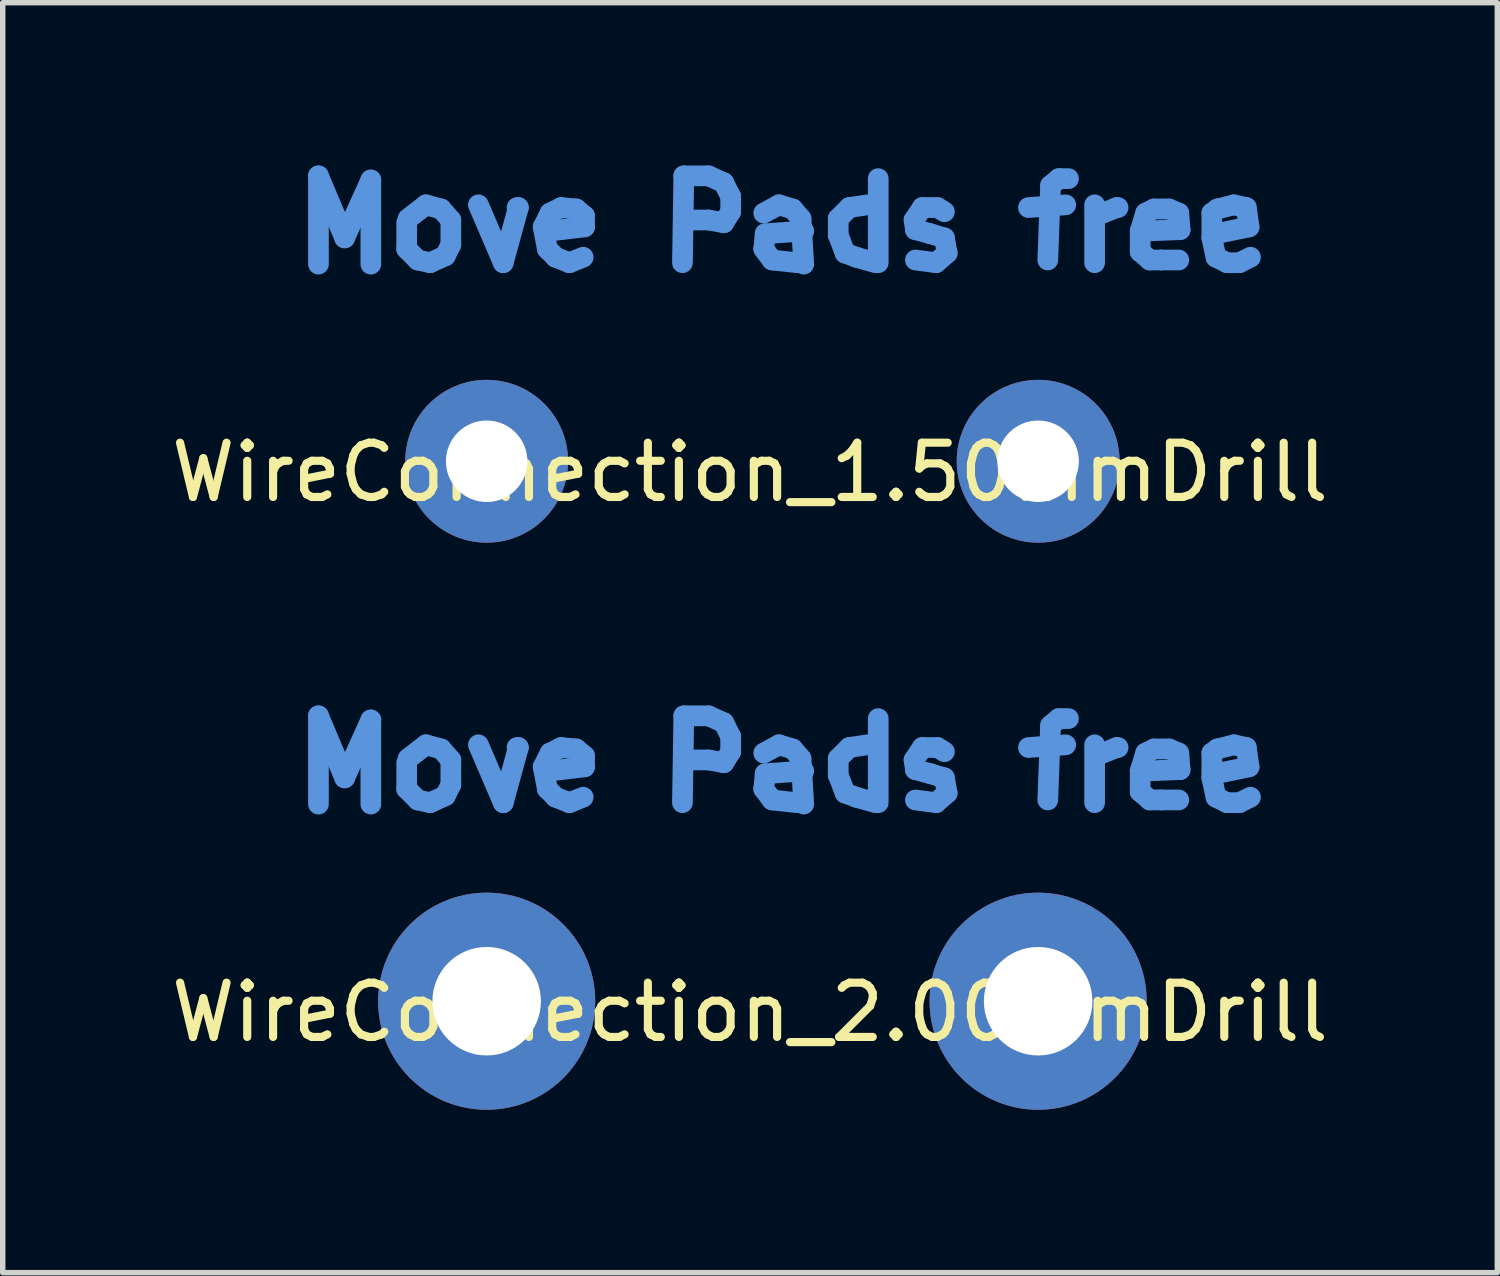
<source format=kicad_pcb>
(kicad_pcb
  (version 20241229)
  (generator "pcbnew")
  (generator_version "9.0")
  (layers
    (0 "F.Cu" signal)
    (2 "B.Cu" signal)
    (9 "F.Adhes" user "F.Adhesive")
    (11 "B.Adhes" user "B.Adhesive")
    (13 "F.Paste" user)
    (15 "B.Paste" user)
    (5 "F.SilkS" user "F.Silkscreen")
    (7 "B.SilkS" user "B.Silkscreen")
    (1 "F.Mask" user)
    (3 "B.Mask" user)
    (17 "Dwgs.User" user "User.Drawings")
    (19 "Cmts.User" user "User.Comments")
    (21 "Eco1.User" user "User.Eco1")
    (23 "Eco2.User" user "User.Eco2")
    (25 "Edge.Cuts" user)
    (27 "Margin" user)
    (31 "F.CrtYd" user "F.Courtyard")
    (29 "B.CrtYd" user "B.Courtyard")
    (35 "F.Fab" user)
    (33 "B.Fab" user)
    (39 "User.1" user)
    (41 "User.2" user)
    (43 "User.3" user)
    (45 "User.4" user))
  (footprint "WireConnection_2.00mmDrill"
    (layer "F.Cu")
    (at 5.916 15.396)
    (property "Reference" "WireConnection_2.00mmDrill" (at 4.851 0.203 0) (layer "F.SilkS") (effects (font (size 1 1) (thickness 0.15))))
    (attr through_hole)
    (fp_line (start -3.099 -5.258) (end -2.616 -4.115) (stroke (width 0.381) (type solid)) (layer "Cmts.User"))
    (fp_line (start -3.099 -3.632) (end -3.099 -5.258) (stroke (width 0.381) (type solid)) (layer "Cmts.User"))
    (fp_line (start -2.616 -4.115) (end -2.134 -5.182) (stroke (width 0.381) (type solid)) (layer "Cmts.User"))
    (fp_line (start -2.134 -5.182) (end -2.134 -3.632) (stroke (width 0.381) (type solid)) (layer "Cmts.User"))
    (fp_line (start -1.473 -4.394) (end -1.473 -3.912) (stroke (width 0.381) (type solid)) (layer "Cmts.User"))
    (fp_line (start -1.473 -3.912) (end -1.27 -3.708) (stroke (width 0.381) (type solid)) (layer "Cmts.User"))
    (fp_line (start -1.27 -3.708) (end -1.041 -3.658) (stroke (width 0.381) (type solid)) (layer "Cmts.User"))
    (fp_line (start -1.118 -4.724) (end -1.448 -4.47) (stroke (width 0.381) (type solid)) (layer "Cmts.User"))
    (fp_line (start -1.041 -3.658) (end -0.762 -3.785) (stroke (width 0.381) (type solid)) (layer "Cmts.User"))
    (fp_line (start -0.838 -4.648) (end -1.118 -4.724) (stroke (width 0.381) (type solid)) (layer "Cmts.User"))
    (fp_line (start -0.762 -3.785) (end -0.66 -3.988) (stroke (width 0.381) (type solid)) (layer "Cmts.User"))
    (fp_line (start -0.66 -4.445) (end -0.838 -4.648) (stroke (width 0.381) (type solid)) (layer "Cmts.User"))
    (fp_line (start -0.66 -3.988) (end -0.66 -4.445) (stroke (width 0.381) (type solid)) (layer "Cmts.User"))
    (fp_line (start -0.152 -4.724) (end 0.305 -3.658) (stroke (width 0.381) (type solid)) (layer "Cmts.User"))
    (fp_line (start 0.305 -3.658) (end 0.584 -4.674) (stroke (width 0.381) (type solid)) (layer "Cmts.User"))
    (fp_line (start 0.584 -4.674) (end 0.559 -4.674) (stroke (width 0.381) (type solid)) (layer "Cmts.User"))
    (fp_line (start 1.041 -4.318) (end 1.168 -4.572) (stroke (width 0.381) (type solid)) (layer "Cmts.User"))
    (fp_line (start 1.118 -3.912) (end 1.041 -4.318) (stroke (width 0.381) (type solid)) (layer "Cmts.User"))
    (fp_line (start 1.168 -4.572) (end 1.372 -4.674) (stroke (width 0.381) (type solid)) (layer "Cmts.User"))
    (fp_line (start 1.27 -3.759) (end 1.118 -3.912) (stroke (width 0.381) (type solid)) (layer "Cmts.User"))
    (fp_line (start 1.372 -4.674) (end 1.651 -4.648) (stroke (width 0.381) (type solid)) (layer "Cmts.User"))
    (fp_line (start 1.524 -3.658) (end 1.27 -3.759) (stroke (width 0.381) (type solid)) (layer "Cmts.User"))
    (fp_line (start 1.651 -4.648) (end 1.803 -4.521) (stroke (width 0.381) (type solid)) (layer "Cmts.User"))
    (fp_line (start 1.778 -3.759) (end 1.524 -3.658) (stroke (width 0.381) (type solid)) (layer "Cmts.User"))
    (fp_line (start 1.803 -4.521) (end 1.803 -4.318) (stroke (width 0.381) (type solid)) (layer "Cmts.User"))
    (fp_line (start 1.803 -4.318) (end 1.168 -4.242) (stroke (width 0.381) (type solid)) (layer "Cmts.User"))
    (fp_line (start 3.607 -3.658) (end 3.632 -5.258) (stroke (width 0.381) (type solid)) (layer "Cmts.User"))
    (fp_line (start 3.632 -5.258) (end 4.089 -5.258) (stroke (width 0.381) (type solid)) (layer "Cmts.User"))
    (fp_line (start 4.089 -5.258) (end 4.369 -5.131) (stroke (width 0.381) (type solid)) (layer "Cmts.User"))
    (fp_line (start 4.089 -4.445) (end 3.632 -4.445) (stroke (width 0.381) (type solid)) (layer "Cmts.User"))
    (fp_line (start 4.369 -5.131) (end 4.496 -4.877) (stroke (width 0.381) (type solid)) (layer "Cmts.User"))
    (fp_line (start 4.369 -4.394) (end 4.089 -4.445) (stroke (width 0.381) (type solid)) (layer "Cmts.User"))
    (fp_line (start 4.496 -4.877) (end 4.496 -4.597) (stroke (width 0.381) (type solid)) (layer "Cmts.User"))
    (fp_line (start 4.496 -4.597) (end 4.369 -4.394) (stroke (width 0.381) (type solid)) (layer "Cmts.User"))
    (fp_line (start 5.105 -4.572) (end 5.385 -4.724) (stroke (width 0.381) (type solid)) (layer "Cmts.User"))
    (fp_line (start 5.105 -3.912) (end 5.131 -4.191) (stroke (width 0.381) (type solid)) (layer "Cmts.User"))
    (fp_line (start 5.131 -4.191) (end 5.842 -4.242) (stroke (width 0.381) (type solid)) (layer "Cmts.User"))
    (fp_line (start 5.258 -3.708) (end 5.105 -3.912) (stroke (width 0.381) (type solid)) (layer "Cmts.User"))
    (fp_line (start 5.385 -4.724) (end 5.639 -4.648) (stroke (width 0.381) (type solid)) (layer "Cmts.User"))
    (fp_line (start 5.639 -4.648) (end 5.791 -4.47) (stroke (width 0.381) (type solid)) (layer "Cmts.User"))
    (fp_line (start 5.715 -3.658) (end 5.258 -3.708) (stroke (width 0.381) (type solid)) (layer "Cmts.User"))
    (fp_line (start 5.791 -4.47) (end 5.842 -3.632) (stroke (width 0.381) (type solid)) (layer "Cmts.User"))
    (fp_line (start 6.477 -4.47) (end 6.68 -4.674) (stroke (width 0.381) (type solid)) (layer "Cmts.User"))
    (fp_line (start 6.477 -4.166) (end 6.477 -4.47) (stroke (width 0.381) (type solid)) (layer "Cmts.User"))
    (fp_line (start 6.604 -3.835) (end 6.477 -4.166) (stroke (width 0.381) (type solid)) (layer "Cmts.User"))
    (fp_line (start 6.68 -4.674) (end 7.01 -4.724) (stroke (width 0.381) (type solid)) (layer "Cmts.User"))
    (fp_line (start 6.807 -3.759) (end 6.604 -3.835) (stroke (width 0.381) (type solid)) (layer "Cmts.User"))
    (fp_line (start 7.163 -3.658) (end 6.807 -3.759) (stroke (width 0.381) (type solid)) (layer "Cmts.User"))
    (fp_line (start 7.214 -5.207) (end 7.214 -3.658) (stroke (width 0.381) (type solid)) (layer "Cmts.User"))
    (fp_line (start 7.874 -4.445) (end 7.899 -4.267) (stroke (width 0.381) (type solid)) (layer "Cmts.User"))
    (fp_line (start 7.899 -4.267) (end 8.179 -4.191) (stroke (width 0.381) (type solid)) (layer "Cmts.User"))
    (fp_line (start 8.026 -4.674) (end 7.874 -4.445) (stroke (width 0.381) (type solid)) (layer "Cmts.User"))
    (fp_line (start 8.179 -4.191) (end 8.433 -4.115) (stroke (width 0.381) (type solid)) (layer "Cmts.User"))
    (fp_line (start 8.28 -3.658) (end 7.899 -3.708) (stroke (width 0.381) (type solid)) (layer "Cmts.User"))
    (fp_line (start 8.306 -4.674) (end 8.026 -4.674) (stroke (width 0.381) (type solid)) (layer "Cmts.User"))
    (fp_line (start 8.433 -4.597) (end 8.306 -4.674) (stroke (width 0.381) (type solid)) (layer "Cmts.User"))
    (fp_line (start 8.433 -4.115) (end 8.484 -3.835) (stroke (width 0.381) (type solid)) (layer "Cmts.User"))
    (fp_line (start 8.484 -3.835) (end 8.28 -3.658) (stroke (width 0.381) (type solid)) (layer "Cmts.User"))
    (fp_line (start 9.982 -4.674) (end 10.668 -4.724) (stroke (width 0.381) (type solid)) (layer "Cmts.User"))
    (fp_line (start 10.389 -5.08) (end 10.338 -3.708) (stroke (width 0.381) (type solid)) (layer "Cmts.User"))
    (fp_line (start 10.541 -5.207) (end 10.389 -5.08) (stroke (width 0.381) (type solid)) (layer "Cmts.User"))
    (fp_line (start 10.719 -5.207) (end 10.541 -5.207) (stroke (width 0.381) (type solid)) (layer "Cmts.User"))
    (fp_line (start 11.201 -4.724) (end 11.201 -3.658) (stroke (width 0.381) (type solid)) (layer "Cmts.User"))
    (fp_line (start 11.227 -4.521) (end 11.608 -4.674) (stroke (width 0.381) (type solid)) (layer "Cmts.User"))
    (fp_line (start 11.608 -4.674) (end 11.633 -4.674) (stroke (width 0.381) (type solid)) (layer "Cmts.User"))
    (fp_line (start 12.04 -4.242) (end 12.141 -4.572) (stroke (width 0.381) (type solid)) (layer "Cmts.User"))
    (fp_line (start 12.04 -3.861) (end 12.04 -4.242) (stroke (width 0.381) (type solid)) (layer "Cmts.User"))
    (fp_line (start 12.141 -4.572) (end 12.294 -4.648) (stroke (width 0.381) (type solid)) (layer "Cmts.User"))
    (fp_line (start 12.217 -3.708) (end 12.04 -3.861) (stroke (width 0.381) (type solid)) (layer "Cmts.User"))
    (fp_line (start 12.294 -4.648) (end 12.573 -4.648) (stroke (width 0.381) (type solid)) (layer "Cmts.User"))
    (fp_line (start 12.421 -3.708) (end 12.217 -3.708) (stroke (width 0.381) (type solid)) (layer "Cmts.User"))
    (fp_line (start 12.573 -4.648) (end 12.751 -4.572) (stroke (width 0.381) (type solid)) (layer "Cmts.User"))
    (fp_line (start 12.751 -4.572) (end 12.776 -4.267) (stroke (width 0.381) (type solid)) (layer "Cmts.User"))
    (fp_line (start 12.751 -3.708) (end 12.421 -3.708) (stroke (width 0.381) (type solid)) (layer "Cmts.User"))
    (fp_line (start 12.776 -4.267) (end 12.141 -4.242) (stroke (width 0.381) (type solid)) (layer "Cmts.User"))
    (fp_line (start 13.36 -4.572) (end 13.462 -4.648) (stroke (width 0.381) (type solid)) (layer "Cmts.User"))
    (fp_line (start 13.36 -4.115) (end 13.36 -4.572) (stroke (width 0.381) (type solid)) (layer "Cmts.User"))
    (fp_line (start 13.437 -4.191) (end 13.437 -4.242) (stroke (width 0.381) (type solid)) (layer "Cmts.User"))
    (fp_line (start 13.437 -3.759) (end 13.36 -4.115) (stroke (width 0.381) (type solid)) (layer "Cmts.User"))
    (fp_line (start 13.462 -4.648) (end 13.767 -4.724) (stroke (width 0.381) (type solid)) (layer "Cmts.User"))
    (fp_line (start 13.64 -3.658) (end 13.437 -3.759) (stroke (width 0.381) (type solid)) (layer "Cmts.User"))
    (fp_line (start 13.767 -4.724) (end 13.995 -4.674) (stroke (width 0.381) (type solid)) (layer "Cmts.User"))
    (fp_line (start 13.868 -3.658) (end 13.64 -3.658) (stroke (width 0.381) (type solid)) (layer "Cmts.User"))
    (fp_line (start 13.995 -4.674) (end 14.046 -4.318) (stroke (width 0.381) (type solid)) (layer "Cmts.User"))
    (fp_line (start 14.046 -4.318) (end 13.437 -4.191) (stroke (width 0.381) (type solid)) (layer "Cmts.User"))
    (fp_line (start 14.072 -3.759) (end 13.868 -3.658) (stroke (width 0.381) (type solid)) (layer "Cmts.User"))
    (pad "1" thru_hole circle (at 0 0) (size 4 4) (drill 1.999) (layers "*.Cu" "*.Mask"))
    (pad "2" thru_hole circle (at 10.16 0) (size 4 4) (drill 1.999) (layers "*.Cu" "*.Mask")))
  (footprint "WireConnection_1.50mmDrill"
    (layer "F.Cu")
    (at 5.916 5.448)
    (property "Reference" "WireConnection_1.50mmDrill" (at 4.851 0.203 0) (layer "F.SilkS") (effects (font (size 1 1) (thickness 0.15))))
    (attr through_hole)
    (fp_line (start -3.099 -5.258) (end -2.616 -4.115) (stroke (width 0.381) (type solid)) (layer "Cmts.User"))
    (fp_line (start -3.099 -3.632) (end -3.099 -5.258) (stroke (width 0.381) (type solid)) (layer "Cmts.User"))
    (fp_line (start -2.616 -4.115) (end -2.134 -5.182) (stroke (width 0.381) (type solid)) (layer "Cmts.User"))
    (fp_line (start -2.134 -5.182) (end -2.134 -3.632) (stroke (width 0.381) (type solid)) (layer "Cmts.User"))
    (fp_line (start -1.473 -4.394) (end -1.473 -3.912) (stroke (width 0.381) (type solid)) (layer "Cmts.User"))
    (fp_line (start -1.473 -3.912) (end -1.27 -3.708) (stroke (width 0.381) (type solid)) (layer "Cmts.User"))
    (fp_line (start -1.27 -3.708) (end -1.041 -3.658) (stroke (width 0.381) (type solid)) (layer "Cmts.User"))
    (fp_line (start -1.118 -4.724) (end -1.448 -4.47) (stroke (width 0.381) (type solid)) (layer "Cmts.User"))
    (fp_line (start -1.041 -3.658) (end -0.762 -3.785) (stroke (width 0.381) (type solid)) (layer "Cmts.User"))
    (fp_line (start -0.838 -4.648) (end -1.118 -4.724) (stroke (width 0.381) (type solid)) (layer "Cmts.User"))
    (fp_line (start -0.762 -3.785) (end -0.66 -3.988) (stroke (width 0.381) (type solid)) (layer "Cmts.User"))
    (fp_line (start -0.66 -4.445) (end -0.838 -4.648) (stroke (width 0.381) (type solid)) (layer "Cmts.User"))
    (fp_line (start -0.66 -3.988) (end -0.66 -4.445) (stroke (width 0.381) (type solid)) (layer "Cmts.User"))
    (fp_line (start -0.152 -4.724) (end 0.305 -3.658) (stroke (width 0.381) (type solid)) (layer "Cmts.User"))
    (fp_line (start 0.305 -3.658) (end 0.584 -4.674) (stroke (width 0.381) (type solid)) (layer "Cmts.User"))
    (fp_line (start 0.584 -4.674) (end 0.559 -4.674) (stroke (width 0.381) (type solid)) (layer "Cmts.User"))
    (fp_line (start 1.041 -4.318) (end 1.168 -4.572) (stroke (width 0.381) (type solid)) (layer "Cmts.User"))
    (fp_line (start 1.118 -3.912) (end 1.041 -4.318) (stroke (width 0.381) (type solid)) (layer "Cmts.User"))
    (fp_line (start 1.168 -4.572) (end 1.372 -4.674) (stroke (width 0.381) (type solid)) (layer "Cmts.User"))
    (fp_line (start 1.27 -3.759) (end 1.118 -3.912) (stroke (width 0.381) (type solid)) (layer "Cmts.User"))
    (fp_line (start 1.372 -4.674) (end 1.651 -4.648) (stroke (width 0.381) (type solid)) (layer "Cmts.User"))
    (fp_line (start 1.524 -3.658) (end 1.27 -3.759) (stroke (width 0.381) (type solid)) (layer "Cmts.User"))
    (fp_line (start 1.651 -4.648) (end 1.803 -4.521) (stroke (width 0.381) (type solid)) (layer "Cmts.User"))
    (fp_line (start 1.778 -3.759) (end 1.524 -3.658) (stroke (width 0.381) (type solid)) (layer "Cmts.User"))
    (fp_line (start 1.803 -4.521) (end 1.803 -4.318) (stroke (width 0.381) (type solid)) (layer "Cmts.User"))
    (fp_line (start 1.803 -4.318) (end 1.168 -4.242) (stroke (width 0.381) (type solid)) (layer "Cmts.User"))
    (fp_line (start 3.607 -3.658) (end 3.632 -5.258) (stroke (width 0.381) (type solid)) (layer "Cmts.User"))
    (fp_line (start 3.632 -5.258) (end 4.089 -5.258) (stroke (width 0.381) (type solid)) (layer "Cmts.User"))
    (fp_line (start 4.089 -5.258) (end 4.369 -5.131) (stroke (width 0.381) (type solid)) (layer "Cmts.User"))
    (fp_line (start 4.089 -4.445) (end 3.632 -4.445) (stroke (width 0.381) (type solid)) (layer "Cmts.User"))
    (fp_line (start 4.369 -5.131) (end 4.496 -4.877) (stroke (width 0.381) (type solid)) (layer "Cmts.User"))
    (fp_line (start 4.369 -4.394) (end 4.089 -4.445) (stroke (width 0.381) (type solid)) (layer "Cmts.User"))
    (fp_line (start 4.496 -4.877) (end 4.496 -4.597) (stroke (width 0.381) (type solid)) (layer "Cmts.User"))
    (fp_line (start 4.496 -4.597) (end 4.369 -4.394) (stroke (width 0.381) (type solid)) (layer "Cmts.User"))
    (fp_line (start 5.105 -4.572) (end 5.385 -4.724) (stroke (width 0.381) (type solid)) (layer "Cmts.User"))
    (fp_line (start 5.105 -3.912) (end 5.131 -4.191) (stroke (width 0.381) (type solid)) (layer "Cmts.User"))
    (fp_line (start 5.131 -4.191) (end 5.842 -4.242) (stroke (width 0.381) (type solid)) (layer "Cmts.User"))
    (fp_line (start 5.258 -3.708) (end 5.105 -3.912) (stroke (width 0.381) (type solid)) (layer "Cmts.User"))
    (fp_line (start 5.385 -4.724) (end 5.639 -4.648) (stroke (width 0.381) (type solid)) (layer "Cmts.User"))
    (fp_line (start 5.639 -4.648) (end 5.791 -4.47) (stroke (width 0.381) (type solid)) (layer "Cmts.User"))
    (fp_line (start 5.715 -3.658) (end 5.258 -3.708) (stroke (width 0.381) (type solid)) (layer "Cmts.User"))
    (fp_line (start 5.791 -4.47) (end 5.842 -3.632) (stroke (width 0.381) (type solid)) (layer "Cmts.User"))
    (fp_line (start 6.477 -4.47) (end 6.68 -4.674) (stroke (width 0.381) (type solid)) (layer "Cmts.User"))
    (fp_line (start 6.477 -4.166) (end 6.477 -4.47) (stroke (width 0.381) (type solid)) (layer "Cmts.User"))
    (fp_line (start 6.604 -3.835) (end 6.477 -4.166) (stroke (width 0.381) (type solid)) (layer "Cmts.User"))
    (fp_line (start 6.68 -4.674) (end 7.01 -4.724) (stroke (width 0.381) (type solid)) (layer "Cmts.User"))
    (fp_line (start 6.807 -3.759) (end 6.604 -3.835) (stroke (width 0.381) (type solid)) (layer "Cmts.User"))
    (fp_line (start 7.163 -3.658) (end 6.807 -3.759) (stroke (width 0.381) (type solid)) (layer "Cmts.User"))
    (fp_line (start 7.214 -5.207) (end 7.214 -3.658) (stroke (width 0.381) (type solid)) (layer "Cmts.User"))
    (fp_line (start 7.874 -4.445) (end 7.899 -4.267) (stroke (width 0.381) (type solid)) (layer "Cmts.User"))
    (fp_line (start 7.899 -4.267) (end 8.179 -4.191) (stroke (width 0.381) (type solid)) (layer "Cmts.User"))
    (fp_line (start 8.026 -4.674) (end 7.874 -4.445) (stroke (width 0.381) (type solid)) (layer "Cmts.User"))
    (fp_line (start 8.179 -4.191) (end 8.433 -4.115) (stroke (width 0.381) (type solid)) (layer "Cmts.User"))
    (fp_line (start 8.28 -3.658) (end 7.899 -3.708) (stroke (width 0.381) (type solid)) (layer "Cmts.User"))
    (fp_line (start 8.306 -4.674) (end 8.026 -4.674) (stroke (width 0.381) (type solid)) (layer "Cmts.User"))
    (fp_line (start 8.433 -4.597) (end 8.306 -4.674) (stroke (width 0.381) (type solid)) (layer "Cmts.User"))
    (fp_line (start 8.433 -4.115) (end 8.484 -3.835) (stroke (width 0.381) (type solid)) (layer "Cmts.User"))
    (fp_line (start 8.484 -3.835) (end 8.28 -3.658) (stroke (width 0.381) (type solid)) (layer "Cmts.User"))
    (fp_line (start 9.982 -4.674) (end 10.668 -4.724) (stroke (width 0.381) (type solid)) (layer "Cmts.User"))
    (fp_line (start 10.389 -5.08) (end 10.338 -3.708) (stroke (width 0.381) (type solid)) (layer "Cmts.User"))
    (fp_line (start 10.541 -5.207) (end 10.389 -5.08) (stroke (width 0.381) (type solid)) (layer "Cmts.User"))
    (fp_line (start 10.719 -5.207) (end 10.541 -5.207) (stroke (width 0.381) (type solid)) (layer "Cmts.User"))
    (fp_line (start 11.201 -4.724) (end 11.201 -3.658) (stroke (width 0.381) (type solid)) (layer "Cmts.User"))
    (fp_line (start 11.227 -4.521) (end 11.608 -4.674) (stroke (width 0.381) (type solid)) (layer "Cmts.User"))
    (fp_line (start 11.608 -4.674) (end 11.633 -4.674) (stroke (width 0.381) (type solid)) (layer "Cmts.User"))
    (fp_line (start 12.04 -4.242) (end 12.141 -4.572) (stroke (width 0.381) (type solid)) (layer "Cmts.User"))
    (fp_line (start 12.04 -3.861) (end 12.04 -4.242) (stroke (width 0.381) (type solid)) (layer "Cmts.User"))
    (fp_line (start 12.141 -4.572) (end 12.294 -4.648) (stroke (width 0.381) (type solid)) (layer "Cmts.User"))
    (fp_line (start 12.217 -3.708) (end 12.04 -3.861) (stroke (width 0.381) (type solid)) (layer "Cmts.User"))
    (fp_line (start 12.294 -4.648) (end 12.573 -4.648) (stroke (width 0.381) (type solid)) (layer "Cmts.User"))
    (fp_line (start 12.421 -3.708) (end 12.217 -3.708) (stroke (width 0.381) (type solid)) (layer "Cmts.User"))
    (fp_line (start 12.573 -4.648) (end 12.751 -4.572) (stroke (width 0.381) (type solid)) (layer "Cmts.User"))
    (fp_line (start 12.751 -4.572) (end 12.776 -4.267) (stroke (width 0.381) (type solid)) (layer "Cmts.User"))
    (fp_line (start 12.751 -3.708) (end 12.421 -3.708) (stroke (width 0.381) (type solid)) (layer "Cmts.User"))
    (fp_line (start 12.776 -4.267) (end 12.141 -4.242) (stroke (width 0.381) (type solid)) (layer "Cmts.User"))
    (fp_line (start 13.36 -4.572) (end 13.462 -4.648) (stroke (width 0.381) (type solid)) (layer "Cmts.User"))
    (fp_line (start 13.36 -4.115) (end 13.36 -4.572) (stroke (width 0.381) (type solid)) (layer "Cmts.User"))
    (fp_line (start 13.437 -4.191) (end 13.437 -4.242) (stroke (width 0.381) (type solid)) (layer "Cmts.User"))
    (fp_line (start 13.437 -3.759) (end 13.36 -4.115) (stroke (width 0.381) (type solid)) (layer "Cmts.User"))
    (fp_line (start 13.462 -4.648) (end 13.767 -4.724) (stroke (width 0.381) (type solid)) (layer "Cmts.User"))
    (fp_line (start 13.64 -3.658) (end 13.437 -3.759) (stroke (width 0.381) (type solid)) (layer "Cmts.User"))
    (fp_line (start 13.767 -4.724) (end 13.995 -4.674) (stroke (width 0.381) (type solid)) (layer "Cmts.User"))
    (fp_line (start 13.868 -3.658) (end 13.64 -3.658) (stroke (width 0.381) (type solid)) (layer "Cmts.User"))
    (fp_line (start 13.995 -4.674) (end 14.046 -4.318) (stroke (width 0.381) (type solid)) (layer "Cmts.User"))
    (fp_line (start 14.046 -4.318) (end 13.437 -4.191) (stroke (width 0.381) (type solid)) (layer "Cmts.User"))
    (fp_line (start 14.072 -3.759) (end 13.868 -3.658) (stroke (width 0.381) (type solid)) (layer "Cmts.User"))
    (pad "1" thru_hole circle (at 0 0) (size 3 3) (drill 1.501) (layers "*.Cu" "*.Mask"))
    (pad "2" thru_hole circle (at 10.16 0) (size 3 3) (drill 1.501) (layers "*.Cu" "*.Mask")))
  (gr_rect
    (start -3 -3)
    (end 24.536 20.397)
    (stroke (width 0.1) (type default))
    (fill no)
    (layer "Edge.Cuts")))
</source>
